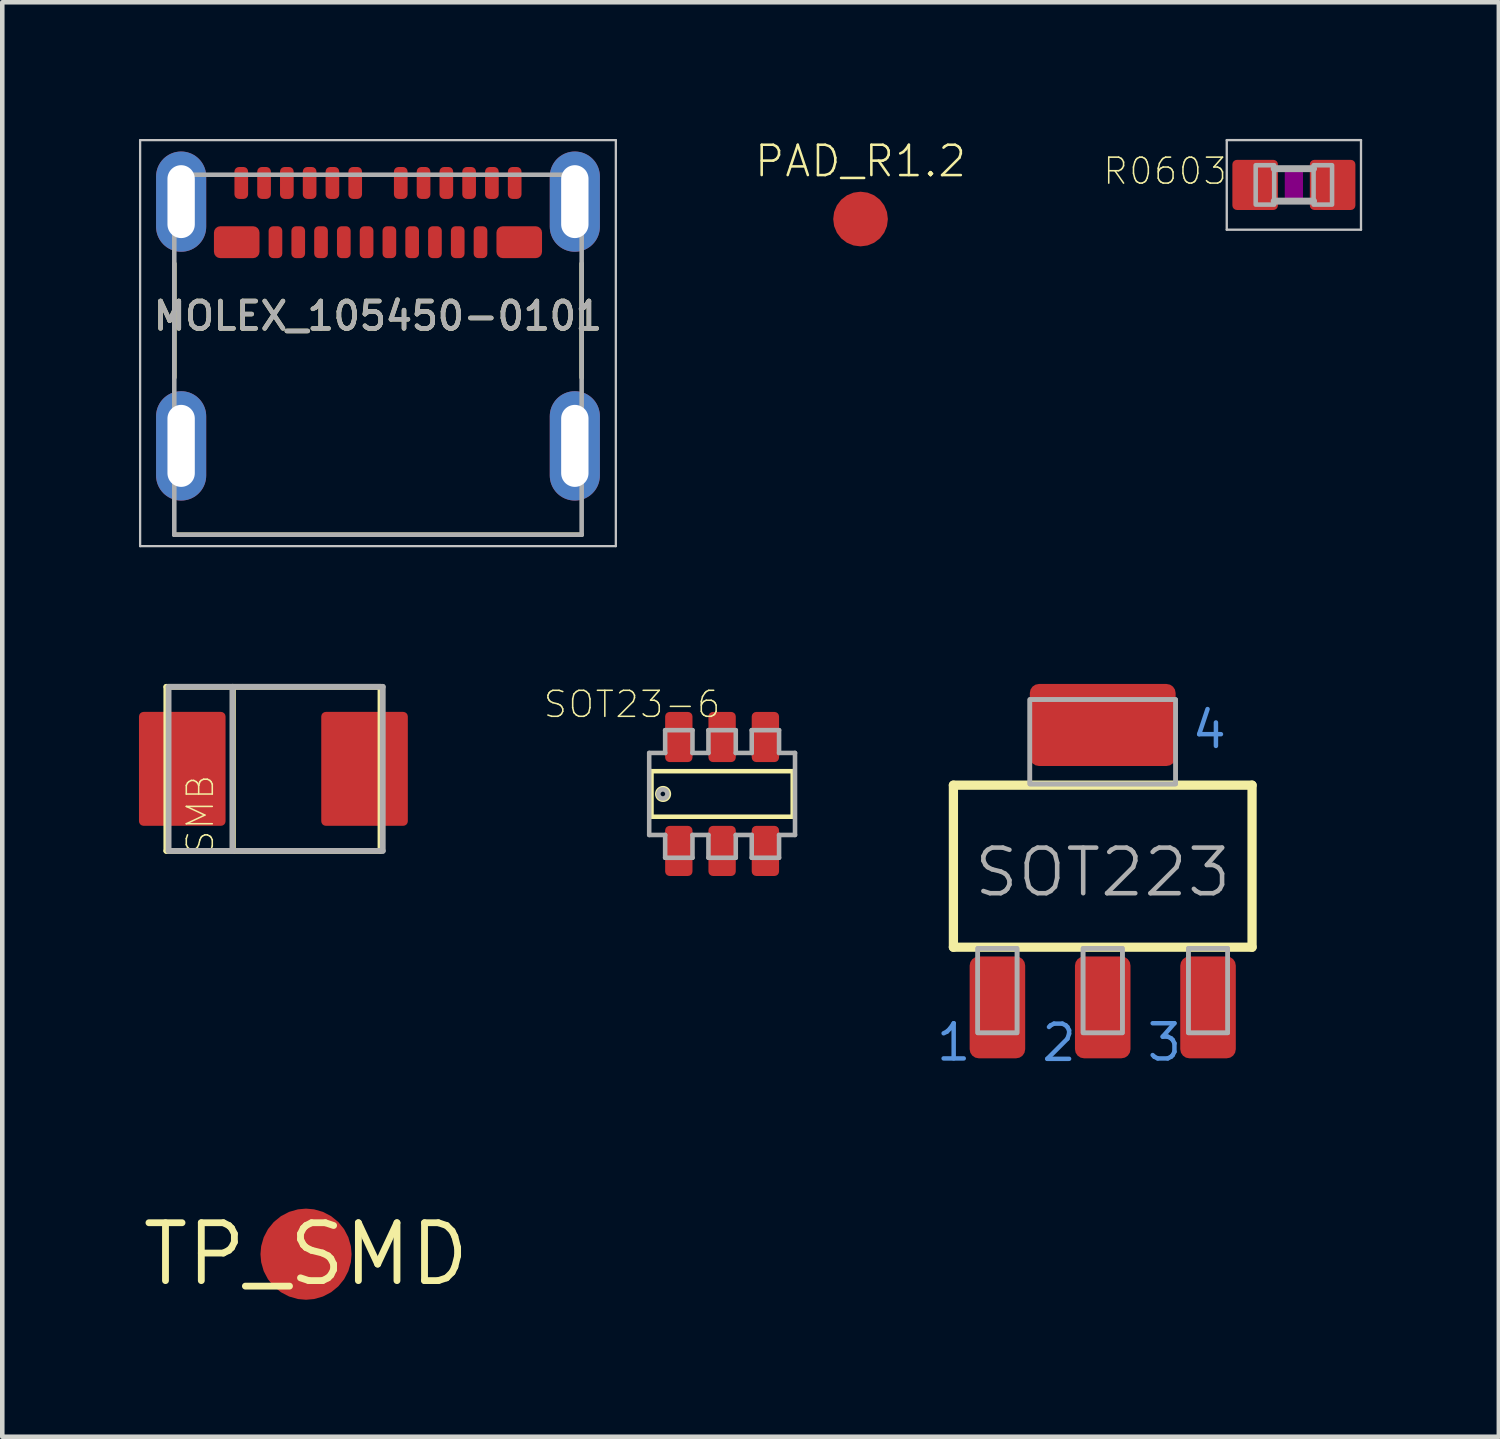
<source format=kicad_pcb>
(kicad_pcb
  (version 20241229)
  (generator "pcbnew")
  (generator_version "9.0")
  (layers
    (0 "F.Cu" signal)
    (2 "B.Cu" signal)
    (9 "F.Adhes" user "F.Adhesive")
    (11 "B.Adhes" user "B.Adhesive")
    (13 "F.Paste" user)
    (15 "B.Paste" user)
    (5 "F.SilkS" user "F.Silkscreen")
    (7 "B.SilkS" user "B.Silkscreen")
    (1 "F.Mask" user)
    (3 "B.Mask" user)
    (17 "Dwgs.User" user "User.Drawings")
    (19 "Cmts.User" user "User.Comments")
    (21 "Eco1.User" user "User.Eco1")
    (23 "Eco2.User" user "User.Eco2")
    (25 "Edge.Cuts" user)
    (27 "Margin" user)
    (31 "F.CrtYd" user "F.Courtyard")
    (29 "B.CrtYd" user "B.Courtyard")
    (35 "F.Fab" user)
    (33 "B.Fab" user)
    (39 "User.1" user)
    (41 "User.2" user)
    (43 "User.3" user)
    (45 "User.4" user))
  (footprint "TP_SMD"
    (layer "F.Cu")
    (at 3.666 24.474)
    (property "Reference" "TP_SMD" (at 0 0 0) (layer "F.SilkS") (effects (font (size 1.27 1.27) (thickness 0.15))))
    (attr through_hole)
    (pad "P$1" smd roundrect (at 0 0) (size 2 2) (layers "F.Cu" "F.Mask" "F.Paste") (roundrect_rratio 0.5)))
  (footprint "R0603"
    (layer "F.Cu")
    (at 25.345 1.008)
    (property "Reference" "R0603" (at -1.435 -0.635 0) (layer "F.SilkS") (effects (font (size 0.57 0.57) (thickness 0.034)) (justify right top)))
    (attr through_hole)
    (fp_poly (pts (xy -0.2 0.4) (xy 0.2 0.4) (xy 0.2 -0.4) (xy -0.2 -0.4)) (stroke (width 0) (type solid)) (fill yes) (layer "F.Adhes"))
    (fp_line (start -1.473 -0.983) (end 1.473 -0.983) (stroke (width 0.051) (type solid)) (layer "Dwgs.User"))
    (fp_line (start -1.473 0.983) (end -1.473 -0.983) (stroke (width 0.051) (type solid)) (layer "Dwgs.User"))
    (fp_line (start 1.473 -0.983) (end 1.473 0.983) (stroke (width 0.051) (type solid)) (layer "Dwgs.User"))
    (fp_line (start 1.473 0.983) (end -1.473 0.983) (stroke (width 0.051) (type solid)) (layer "Dwgs.User"))
    (fp_line (start -0.432 0.356) (end 0.432 0.356) (stroke (width 0.152) (type solid)) (layer "F.Fab"))
    (fp_line (start 0.432 -0.356) (end -0.432 -0.356) (stroke (width 0.152) (type solid)) (layer "F.Fab"))
    (fp_poly (pts (xy -0.838 0.432) (xy -0.432 0.432) (xy -0.432 -0.432) (xy -0.838 -0.432)) (stroke (width 0.1) (type solid)) (fill no) (layer "F.Fab"))
    (fp_poly (pts (xy 0.432 0.432) (xy 0.838 0.432) (xy 0.838 -0.432) (xy 0.432 -0.432)) (stroke (width 0.1) (type solid)) (fill no) (layer "F.Fab"))
    (pad "1" smd roundrect (at -0.85 0) (size 1 1.1) (layers "F.Cu" "F.Mask" "F.Paste") (roundrect_rratio 0.1))
    (pad "2" smd roundrect (at 0.85 0) (size 1 1.1) (layers "F.Cu" "F.Mask" "F.Paste") (roundrect_rratio 0.1)))
  (footprint "SMB"
    (layer "F.Cu")
    (at 2.95 13.823)
    (property "Reference" "SMB" (at -1.27 1.905 270) (layer "F.SilkS") (effects (font (size 0.57 0.57) (thickness 0.034)) (justify left bottom)))
    (attr through_hole)
    (fp_line (start -2.35 -1.8) (end -2.35 1.8) (stroke (width 0.127) (type solid)) (layer "F.SilkS"))
    (fp_line (start -2.35 -1.8) (end -0.889 -1.8) (stroke (width 0.127) (type solid)) (layer "F.SilkS"))
    (fp_line (start -2.35 1.8) (end -0.889 1.8) (stroke (width 0.127) (type solid)) (layer "F.SilkS"))
    (fp_line (start -0.889 -1.8) (end 2.35 -1.8) (stroke (width 0.127) (type solid)) (layer "F.SilkS"))
    (fp_line (start -0.889 1.8) (end -0.889 -1.8) (stroke (width 0.127) (type solid)) (layer "F.SilkS"))
    (fp_line (start -0.889 1.8) (end 2.35 1.8) (stroke (width 0.127) (type solid)) (layer "F.SilkS"))
    (fp_line (start 2.35 -1.8) (end 2.35 1.8) (stroke (width 0.127) (type solid)) (layer "F.SilkS"))
    (fp_line (start -2.3 -1.8) (end -0.9 -1.8) (stroke (width 0.127) (type solid)) (layer "F.Fab"))
    (fp_line (start -2.3 1.8) (end -2.3 -1.8) (stroke (width 0.127) (type solid)) (layer "F.Fab"))
    (fp_line (start -0.9 -1.8) (end -0.9 1.8) (stroke (width 0.127) (type solid)) (layer "F.Fab"))
    (fp_line (start -0.9 -1.8) (end 2.4 -1.8) (stroke (width 0.127) (type solid)) (layer "F.Fab"))
    (fp_line (start -0.9 1.8) (end -2.3 1.8) (stroke (width 0.127) (type solid)) (layer "F.Fab"))
    (fp_line (start 2.4 -1.8) (end 2.4 1.8) (stroke (width 0.127) (type solid)) (layer "F.Fab"))
    (fp_line (start 2.4 1.8) (end -0.9 1.8) (stroke (width 0.127) (type solid)) (layer "F.Fab"))
    (pad "A" smd roundrect (at 2 0) (size 1.9 2.5) (layers "F.Cu" "F.Mask" "F.Paste") (roundrect_rratio 0.053))
    (pad "C" smd roundrect (at -2 0) (size 1.9 2.5) (layers "F.Cu" "F.Mask" "F.Paste") (roundrect_rratio 0.053)))
  (footprint "PAD_R1.2"
    (layer "F.Cu")
    (at 15.835 1.757)
    (property "Reference" "PAD_R1.2" (at 0 -1.27 0) (layer "F.SilkS") (effects (font (size 0.665 0.665) (thickness 0.056))))
    (attr through_hole)
    (pad "P$1" smd roundrect (at 0 0) (size 1.2 1.2) (layers "F.Cu" "F.Mask" "F.Paste") (roundrect_rratio 0.5)))
  (footprint "SOT23-6"
    (layer "F.Cu")
    (at 12.797 14.374)
    (property "Reference" "SOT23-6" (at 0 -2.3 180) (layer "F.SilkS") (effects (font (size 0.57 0.57) (thickness 0.034)) (justify right top)))
    (attr through_hole)
    (fp_line (start -1.55 -0.5) (end -1.55 0.5) (stroke (width 0.1) (type solid)) (layer "F.SilkS"))
    (fp_line (start -1.55 -0.5) (end 1.55 -0.5) (stroke (width 0.1) (type solid)) (layer "F.SilkS"))
    (fp_line (start 1.55 -0.5) (end 1.55 0.5) (stroke (width 0.1) (type solid)) (layer "F.SilkS"))
    (fp_line (start 1.55 0.5) (end -1.55 0.5) (stroke (width 0.1) (type solid)) (layer "F.SilkS"))
    (fp_circle (center -1.295 0) (end -1.168 0) (stroke (width 0.1) (type solid)) (fill no) (layer "F.SilkS"))
    (fp_line (start -1.6 -0.9) (end -1.25 -0.9) (stroke (width 0.1) (type solid)) (layer "F.Fab"))
    (fp_line (start -1.6 0.9) (end -1.6 -0.9) (stroke (width 0.1) (type solid)) (layer "F.Fab"))
    (fp_line (start -1.25 -1.4) (end -0.65 -1.4) (stroke (width 0.1) (type solid)) (layer "F.Fab"))
    (fp_line (start -1.25 -0.9) (end -1.25 -1.4) (stroke (width 0.1) (type solid)) (layer "F.Fab"))
    (fp_line (start -1.25 0.9) (end -1.6 0.9) (stroke (width 0.1) (type solid)) (layer "F.Fab"))
    (fp_line (start -1.25 1.4) (end -1.25 0.9) (stroke (width 0.1) (type solid)) (layer "F.Fab"))
    (fp_line (start -0.65 -1.4) (end -0.65 -0.9) (stroke (width 0.1) (type solid)) (layer "F.Fab"))
    (fp_line (start -0.65 -0.9) (end -0.3 -0.9) (stroke (width 0.1) (type solid)) (layer "F.Fab"))
    (fp_line (start -0.65 0.9) (end -0.65 1.4) (stroke (width 0.1) (type solid)) (layer "F.Fab"))
    (fp_line (start -0.65 1.4) (end -1.25 1.4) (stroke (width 0.1) (type solid)) (layer "F.Fab"))
    (fp_line (start -0.3 -1.4) (end 0.3 -1.4) (stroke (width 0.1) (type solid)) (layer "F.Fab"))
    (fp_line (start -0.3 -0.9) (end -0.3 -1.4) (stroke (width 0.1) (type solid)) (layer "F.Fab"))
    (fp_line (start -0.3 0.9) (end -0.65 0.9) (stroke (width 0.1) (type solid)) (layer "F.Fab"))
    (fp_line (start -0.3 1.4) (end -0.3 0.9) (stroke (width 0.1) (type solid)) (layer "F.Fab"))
    (fp_line (start 0.3 -1.4) (end 0.3 -0.9) (stroke (width 0.1) (type solid)) (layer "F.Fab"))
    (fp_line (start 0.3 -0.9) (end 0.65 -0.9) (stroke (width 0.1) (type solid)) (layer "F.Fab"))
    (fp_line (start 0.3 0.9) (end 0.3 1.4) (stroke (width 0.1) (type solid)) (layer "F.Fab"))
    (fp_line (start 0.3 1.4) (end -0.3 1.4) (stroke (width 0.1) (type solid)) (layer "F.Fab"))
    (fp_line (start 0.65 -1.4) (end 1.25 -1.4) (stroke (width 0.1) (type solid)) (layer "F.Fab"))
    (fp_line (start 0.65 -0.9) (end 0.65 -1.4) (stroke (width 0.1) (type solid)) (layer "F.Fab"))
    (fp_line (start 0.65 0.9) (end 0.3 0.9) (stroke (width 0.1) (type solid)) (layer "F.Fab"))
    (fp_line (start 0.65 1.4) (end 0.65 0.9) (stroke (width 0.1) (type solid)) (layer "F.Fab"))
    (fp_line (start 1.25 -1.4) (end 1.25 -0.9) (stroke (width 0.1) (type solid)) (layer "F.Fab"))
    (fp_line (start 1.25 -0.9) (end 1.6 -0.9) (stroke (width 0.1) (type solid)) (layer "F.Fab"))
    (fp_line (start 1.25 0.9) (end 1.25 1.4) (stroke (width 0.1) (type solid)) (layer "F.Fab"))
    (fp_line (start 1.25 1.4) (end 0.65 1.4) (stroke (width 0.1) (type solid)) (layer "F.Fab"))
    (fp_line (start 1.6 -0.9) (end 1.6 0.9) (stroke (width 0.1) (type solid)) (layer "F.Fab"))
    (fp_line (start 1.6 0.9) (end 1.25 0.9) (stroke (width 0.1) (type solid)) (layer "F.Fab"))
    (fp_circle (center -1.3 0) (end -1.2 0) (stroke (width 0.1) (type solid)) (fill no) (layer "F.Fab"))
    (pad "1" smd roundrect (at -0.95 1.25 90) (size 1.1 0.6) (layers "F.Cu" "F.Mask" "F.Paste") (roundrect_rratio 0.167))
    (pad "2" smd roundrect (at 0 1.25 90) (size 1.1 0.6) (layers "F.Cu" "F.Mask" "F.Paste") (roundrect_rratio 0.167))
    (pad "3" smd roundrect (at 0.95 1.25 90) (size 1.1 0.6) (layers "F.Cu" "F.Mask" "F.Paste") (roundrect_rratio 0.167))
    (pad "4" smd roundrect (at 0.95 -1.25 90) (size 1.1 0.6) (layers "F.Cu" "F.Mask" "F.Paste") (roundrect_rratio 0.167))
    (pad "5" smd roundrect (at 0 -1.25 90) (size 1.1 0.6) (layers "F.Cu" "F.Mask" "F.Paste") (roundrect_rratio 0.167))
    (pad "6" smd roundrect (at -0.95 -1.25 90) (size 1.1 0.6) (layers "F.Cu" "F.Mask" "F.Paste") (roundrect_rratio 0.167)))
  (footprint "SOT223"
    (layer "F.Cu")
    (at 21.15 15.959)
    (property "Reference" "SOT223" (at 0 -0.45 0) (unlocked yes) (layer "F.Fab") (effects (font (size 1 1) (thickness 0.1)) (justify top)))
    (attr through_hole)
    (fp_line (start -3.277 -1.778) (end 3.277 -1.778) (stroke (width 0.203) (type solid)) (layer "F.SilkS"))
    (fp_line (start -3.277 1.778) (end -3.277 -1.778) (stroke (width 0.203) (type solid)) (layer "F.SilkS"))
    (fp_line (start 3.277 -1.778) (end 3.277 1.778) (stroke (width 0.203) (type solid)) (layer "F.SilkS"))
    (fp_line (start 3.277 1.778) (end -3.277 1.778) (stroke (width 0.203) (type solid)) (layer "F.SilkS"))
    (fp_poly (pts (xy -2.743 3.658) (xy -1.88 3.658) (xy -1.88 1.803) (xy -2.743 1.803)) (stroke (width 0.1) (type solid)) (fill no) (layer "F.Fab"))
    (fp_poly (pts (xy -2.743 3.658) (xy -1.88 3.658) (xy -1.88 1.803) (xy -2.743 1.803)) (stroke (width 0.1) (type solid)) (fill no) (layer "F.Fab"))
    (fp_poly (pts (xy -1.6 -1.803) (xy 1.6 -1.803) (xy 1.6 -3.658) (xy -1.6 -3.658)) (stroke (width 0.1) (type solid)) (fill no) (layer "F.Fab"))
    (fp_poly (pts (xy -1.6 -1.803) (xy 1.6 -1.803) (xy 1.6 -3.658) (xy -1.6 -3.658)) (stroke (width 0.1) (type solid)) (fill no) (layer "F.Fab"))
    (fp_poly (pts (xy -0.432 3.658) (xy 0.432 3.658) (xy 0.432 1.803) (xy -0.432 1.803)) (stroke (width 0.1) (type solid)) (fill no) (layer "F.Fab"))
    (fp_poly (pts (xy -0.432 3.658) (xy 0.432 3.658) (xy 0.432 1.803) (xy -0.432 1.803)) (stroke (width 0.1) (type solid)) (fill no) (layer "F.Fab"))
    (fp_poly (pts (xy 1.88 3.658) (xy 2.743 3.658) (xy 2.743 1.803) (xy 1.88 1.803)) (stroke (width 0.1) (type solid)) (fill no) (layer "F.Fab"))
    (fp_poly (pts (xy 1.88 3.658) (xy 2.743 3.658) (xy 2.743 1.803) (xy 1.88 1.803)) (stroke (width 0.1) (type solid)) (fill no) (layer "F.Fab"))
    (fp_text user "2" (at -1.391 4.327 0) (layer "Cmts.User") (effects (font (size 0.772 0.772) (thickness 0.098)) (justify left bottom)))
    (fp_text user "3" (at 0.921 4.318 0) (layer "Cmts.User") (effects (font (size 0.772 0.772) (thickness 0.098)) (justify left bottom)))
    (fp_text user "4" (at 1.905 -2.54 0) (layer "Cmts.User") (effects (font (size 0.772 0.772) (thickness 0.098)) (justify left bottom)))
    (fp_text user "1" (at -3.703 4.318 0) (layer "Cmts.User") (effects (font (size 0.772 0.772) (thickness 0.098)) (justify left bottom)))
    (pad "1" smd roundrect (at -2.311 3.099) (size 1.219 2.235) (layers "F.Cu" "F.Mask" "F.Paste") (roundrect_rratio 0.164))
    (pad "2" smd roundrect (at 0 3.099) (size 1.219 2.235) (layers "F.Cu" "F.Mask" "F.Paste") (roundrect_rratio 0.164))
    (pad "3" smd roundrect (at 2.311 3.099) (size 1.219 2.235) (layers "F.Cu" "F.Mask" "F.Paste") (roundrect_rratio 0.164))
    (pad "4" smd roundrect (at 0 -3.099) (size 3.2 1.8) (layers "F.Cu" "F.Mask" "F.Paste") (roundrect_rratio 0.111)))
  (footprint "MOLEX_105450-0101"
    (layer "F.Cu")
    (at 5.245 4.735)
    (property "Reference" "MOLEX_105450-0101" (at 0 -0.5 180) (layer "F.Fab") (effects (font (size 0.6 0.6) (thickness 0.1)) (justify bottom)))
    (attr through_hole)
    (fp_line (start -4.47 0.5) (end -4.47 -2) (stroke (width 0.1) (type solid)) (layer "F.SilkS"))
    (fp_line (start -4.47 3.95) (end 4.47 3.95) (stroke (width 0.1) (type solid)) (layer "F.SilkS"))
    (fp_line (start 4.47 0.5) (end 4.47 -2) (stroke (width 0.1) (type solid)) (layer "F.SilkS"))
    (fp_line (start -5.22 -4.71) (end 5.22 -4.71) (stroke (width 0.05) (type solid)) (layer "Dwgs.User"))
    (fp_line (start -5.22 4.2) (end -5.22 -4.71) (stroke (width 0.05) (type solid)) (layer "Dwgs.User"))
    (fp_line (start 5.22 -4.71) (end 5.22 4.2) (stroke (width 0.05) (type solid)) (layer "Dwgs.User"))
    (fp_line (start 5.22 4.2) (end -5.22 4.2) (stroke (width 0.05) (type solid)) (layer "Dwgs.User"))
    (fp_line (start -4.47 -3.95) (end -4.47 3.95) (stroke (width 0.1) (type solid)) (layer "F.Fab"))
    (fp_line (start -4.47 3.95) (end 4.47 3.95) (stroke (width 0.1) (type solid)) (layer "F.Fab"))
    (fp_line (start 4.47 -3.95) (end -4.47 -3.95) (stroke (width 0.1) (type solid)) (layer "F.Fab"))
    (fp_line (start 4.47 3.95) (end 4.47 -3.95) (stroke (width 0.1) (type solid)) (layer "F.Fab"))
    (fp_text user "${REFERENCE}" (at 0 -0.5 180) (layer "F.SilkS") (effects (font (size 0.6 0.6) (thickness 0.1)) (justify bottom)))
    (pad "A1" smd roundrect (at -3 -3.77) (size 0.3 0.7) (layers "F.Cu" "F.Mask" "F.Paste") (roundrect_rratio 0.333))
    (pad "A2" smd roundrect (at -2.5 -3.77) (size 0.3 0.7) (layers "F.Cu" "F.Mask" "F.Paste") (roundrect_rratio 0.333))
    (pad "A3" smd roundrect (at -2 -3.77) (size 0.3 0.7) (layers "F.Cu" "F.Mask" "F.Paste") (roundrect_rratio 0.333))
    (pad "A4" smd roundrect (at -1.5 -3.77) (size 0.3 0.7) (layers "F.Cu" "F.Mask" "F.Paste") (roundrect_rratio 0.333))
    (pad "A5" smd roundrect (at -1 -3.77) (size 0.3 0.7) (layers "F.Cu" "F.Mask" "F.Paste") (roundrect_rratio 0.333))
    (pad "A6" smd roundrect (at -0.5 -3.77) (size 0.3 0.7) (layers "F.Cu" "F.Mask" "F.Paste") (roundrect_rratio 0.333))
    (pad "A7" smd roundrect (at 0.5 -3.77) (size 0.3 0.7) (layers "F.Cu" "F.Mask" "F.Paste") (roundrect_rratio 0.333))
    (pad "A8" smd roundrect (at 1 -3.77) (size 0.3 0.7) (layers "F.Cu" "F.Mask" "F.Paste") (roundrect_rratio 0.333))
    (pad "A9" smd roundrect (at 1.5 -3.77) (size 0.3 0.7) (layers "F.Cu" "F.Mask" "F.Paste") (roundrect_rratio 0.333))
    (pad "A10" smd roundrect (at 2 -3.77) (size 0.3 0.7) (layers "F.Cu" "F.Mask" "F.Paste") (roundrect_rratio 0.333))
    (pad "A11" smd roundrect (at 2.5 -3.77) (size 0.3 0.7) (layers "F.Cu" "F.Mask" "F.Paste") (roundrect_rratio 0.333))
    (pad "A12" smd roundrect (at 3 -3.77) (size 0.3 0.7) (layers "F.Cu" "F.Mask" "F.Paste") (roundrect_rratio 0.333))
    (pad "B1" smd roundrect (at 3.1 -2.47) (size 1 0.7) (layers "F.Cu" "F.Mask" "F.Paste") (roundrect_rratio 0.2))
    (pad "B2" smd roundrect (at 2.25 -2.47) (size 0.3 0.7) (layers "F.Cu" "F.Mask" "F.Paste") (roundrect_rratio 0.333))
    (pad "B3" smd roundrect (at 1.75 -2.47) (size 0.3 0.7) (layers "F.Cu" "F.Mask" "F.Paste") (roundrect_rratio 0.333))
    (pad "B4" smd roundrect (at 1.25 -2.47) (size 0.3 0.7) (layers "F.Cu" "F.Mask" "F.Paste") (roundrect_rratio 0.333))
    (pad "B5" smd roundrect (at 0.75 -2.47) (size 0.3 0.7) (layers "F.Cu" "F.Mask" "F.Paste") (roundrect_rratio 0.333))
    (pad "B6" smd roundrect (at 0.25 -2.47) (size 0.3 0.7) (layers "F.Cu" "F.Mask" "F.Paste") (roundrect_rratio 0.333))
    (pad "B7" smd roundrect (at -0.25 -2.47) (size 0.3 0.7) (layers "F.Cu" "F.Mask" "F.Paste") (roundrect_rratio 0.333))
    (pad "B8" smd roundrect (at -0.75 -2.47) (size 0.3 0.7) (layers "F.Cu" "F.Mask" "F.Paste") (roundrect_rratio 0.333))
    (pad "B9" smd roundrect (at -1.25 -2.47) (size 0.3 0.7) (layers "F.Cu" "F.Mask" "F.Paste") (roundrect_rratio 0.333))
    (pad "B10" smd roundrect (at -1.75 -2.47) (size 0.3 0.7) (layers "F.Cu" "F.Mask" "F.Paste") (roundrect_rratio 0.333))
    (pad "B11" smd roundrect (at -2.25 -2.47) (size 0.3 0.7) (layers "F.Cu" "F.Mask" "F.Paste") (roundrect_rratio 0.333))
    (pad "B12" smd roundrect (at -3.1 -2.47) (size 1 0.7) (layers "F.Cu" "F.Mask" "F.Paste") (roundrect_rratio 0.2))
    (pad "S1" thru_hole oval (at -4.32 -3.36 90) (size 2.2 1.1) (drill oval 1.6 0.6) (layers "*.Cu" "*.Mask"))
    (pad "S1" thru_hole oval (at -4.32 2 90) (size 2.4 1.1) (drill oval 1.8 0.6) (layers "*.Cu" "*.Mask"))
    (pad "S1" thru_hole oval (at 4.32 -3.36 90) (size 2.2 1.1) (drill oval 1.6 0.6) (layers "*.Cu" "*.Mask"))
    (pad "S1" thru_hole oval (at 4.32 2 90) (size 2.4 1.1) (drill oval 1.8 0.6) (layers "*.Cu" "*.Mask")))
  (gr_rect
    (start -3 -3)
    (end 29.843 28.48)
    (stroke (width 0.1) (type default))
    (fill no)
    (layer "Edge.Cuts")))
</source>
